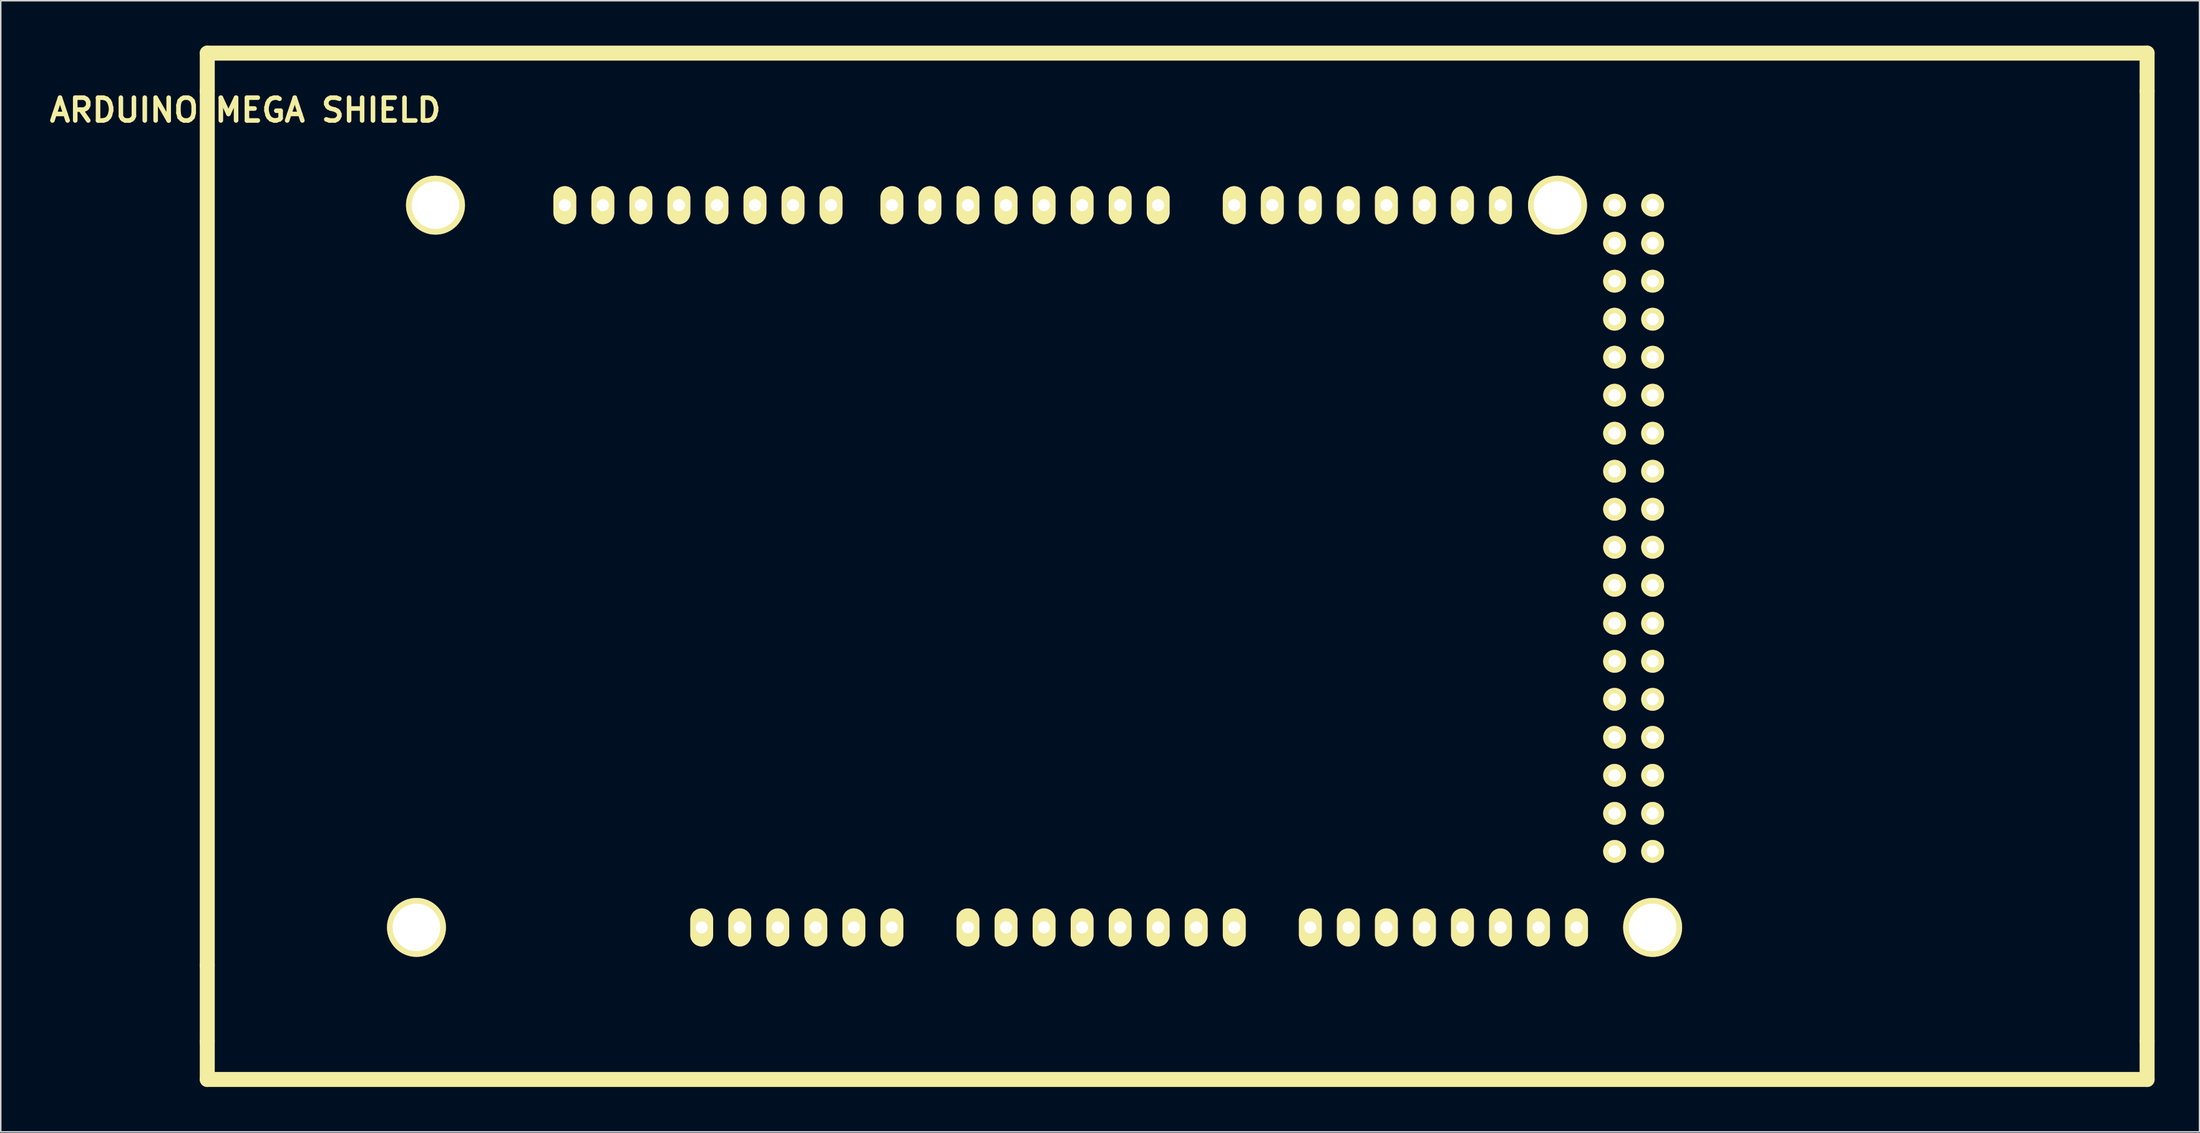
<source format=kicad_pcb>
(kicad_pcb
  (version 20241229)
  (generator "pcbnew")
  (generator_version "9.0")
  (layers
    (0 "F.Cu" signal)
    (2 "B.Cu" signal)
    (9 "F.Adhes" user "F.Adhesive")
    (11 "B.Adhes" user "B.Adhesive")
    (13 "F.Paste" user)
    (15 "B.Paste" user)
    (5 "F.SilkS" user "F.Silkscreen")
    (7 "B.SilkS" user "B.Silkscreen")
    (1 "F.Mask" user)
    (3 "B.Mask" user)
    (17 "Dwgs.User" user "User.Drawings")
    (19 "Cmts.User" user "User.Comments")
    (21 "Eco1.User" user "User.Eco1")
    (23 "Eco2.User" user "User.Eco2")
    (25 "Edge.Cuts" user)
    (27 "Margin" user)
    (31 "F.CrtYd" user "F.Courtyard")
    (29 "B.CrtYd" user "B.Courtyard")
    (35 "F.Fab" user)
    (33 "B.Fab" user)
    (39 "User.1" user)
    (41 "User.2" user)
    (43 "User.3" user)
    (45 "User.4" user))
  (footprint "ARDUINO MEGA SHIELD"
    (layer "F.Cu")
    (at 10.791 61.46)
    (property "Reference" "ARDUINO MEGA SHIELD" (at 2.54 -57.15 0) (layer "F.SilkS") (effects (font (size 1.524 1.524) (thickness 0.305))))
    (attr through_hole)
    (fp_line (start 0 -60.96) (end 129.54 -60.96) (stroke (width 1) (type solid)) (layer "F.SilkS"))
    (fp_line (start 0 -58.42) (end 0 -60.96) (stroke (width 1) (type solid)) (layer "F.SilkS"))
    (fp_line (start 0 -58.42) (end 0 0) (stroke (width 1) (type solid)) (layer "F.SilkS"))
    (fp_line (start 0 0) (end 0 -53.34) (stroke (width 0.381) (type solid)) (layer "F.SilkS"))
    (fp_line (start 0 0) (end 0 5.08) (stroke (width 1) (type solid)) (layer "F.SilkS"))
    (fp_line (start 0 7.62) (end 0 5.08) (stroke (width 1) (type solid)) (layer "F.SilkS"))
    (fp_line (start 129.54 -60.96) (end 129.54 -58.42) (stroke (width 1) (type solid)) (layer "F.SilkS"))
    (fp_line (start 129.54 5.08) (end 129.54 -58.42) (stroke (width 1) (type solid)) (layer "F.SilkS"))
    (fp_line (start 129.54 5.08) (end 129.54 7.62) (stroke (width 1) (type solid)) (layer "F.SilkS"))
    (fp_line (start 129.54 7.62) (end 0 7.62) (stroke (width 1) (type solid)) (layer "F.SilkS"))
    (pad "" thru_hole circle (at 13.97 -2.54 90) (size 3.937 3.937) (drill 3.175) (layers "*.Cu" "*.Mask" "F.SilkS"))
    (pad "" thru_hole circle (at 15.24 -50.8 90) (size 3.937 3.937) (drill 3.175) (layers "*.Cu" "*.Mask" "F.SilkS"))
    (pad "" thru_hole circle (at 90.17 -50.8 90) (size 3.937 3.937) (drill 3.175) (layers "*.Cu" "*.Mask" "F.SilkS"))
    (pad "" thru_hole circle (at 96.52 -2.54 90) (size 3.937 3.937) (drill 3.175) (layers "*.Cu" "*.Mask" "F.SilkS"))
    (pad "0" thru_hole oval (at 63.5 -50.8 90) (size 2.54 1.524) (drill 0.813) (layers "*.Cu" "*.Mask" "F.SilkS"))
    (pad "1" thru_hole oval (at 60.96 -50.8 90) (size 2.54 1.524) (drill 0.813) (layers "*.Cu" "*.Mask" "F.SilkS"))
    (pad "2" thru_hole oval (at 58.42 -50.8 90) (size 2.54 1.524) (drill 0.813) (layers "*.Cu" "*.Mask" "F.SilkS"))
    (pad "3" thru_hole oval (at 55.88 -50.8 90) (size 2.54 1.524) (drill 0.813) (layers "*.Cu" "*.Mask" "F.SilkS"))
    (pad "3V3" thru_hole oval (at 35.56 -2.54 90) (size 2.54 1.524) (drill 0.813) (layers "*.Cu" "*.Mask" "F.SilkS"))
    (pad "4" thru_hole oval (at 53.34 -50.8 90) (size 2.54 1.524) (drill 0.813) (layers "*.Cu" "*.Mask" "F.SilkS"))
    (pad "5" thru_hole oval (at 50.8 -50.8 90) (size 2.54 1.524) (drill 0.813) (layers "*.Cu" "*.Mask" "F.SilkS"))
    (pad "5V" thru_hole oval (at 38.1 -2.54 90) (size 2.54 1.524) (drill 0.813) (layers "*.Cu" "*.Mask" "F.SilkS"))
    (pad "5V_4" thru_hole circle (at 93.98 -50.8) (size 1.524 1.524) (drill 0.813) (layers "*.Cu" "*.Mask" "F.SilkS"))
    (pad "5V_5" thru_hole circle (at 96.52 -50.8) (size 1.524 1.524) (drill 0.813) (layers "*.Cu" "*.Mask" "F.SilkS"))
    (pad "6" thru_hole oval (at 48.26 -50.8 90) (size 2.54 1.524) (drill 0.813) (layers "*.Cu" "*.Mask" "F.SilkS"))
    (pad "7" thru_hole oval (at 45.72 -50.8 90) (size 2.54 1.524) (drill 0.813) (layers "*.Cu" "*.Mask" "F.SilkS"))
    (pad "8" thru_hole oval (at 41.656 -50.8 90) (size 2.54 1.524) (drill 0.813) (layers "*.Cu" "*.Mask" "F.SilkS"))
    (pad "9" thru_hole oval (at 39.116 -50.8 90) (size 2.54 1.524) (drill 0.813) (layers "*.Cu" "*.Mask" "F.SilkS"))
    (pad "10" thru_hole oval (at 36.576 -50.8 90) (size 2.54 1.524) (drill 0.813) (layers "*.Cu" "*.Mask" "F.SilkS"))
    (pad "11" thru_hole oval (at 34.036 -50.8 90) (size 2.54 1.524) (drill 0.813) (layers "*.Cu" "*.Mask" "F.SilkS"))
    (pad "12" thru_hole oval (at 31.496 -50.8 90) (size 2.54 1.524) (drill 0.813) (layers "*.Cu" "*.Mask" "F.SilkS"))
    (pad "13" thru_hole oval (at 28.956 -50.8 90) (size 2.54 1.524) (drill 0.813) (layers "*.Cu" "*.Mask" "F.SilkS"))
    (pad "14" thru_hole oval (at 68.58 -50.8 90) (size 2.54 1.524) (drill 0.813) (layers "*.Cu" "*.Mask" "F.SilkS"))
    (pad "15" thru_hole oval (at 71.12 -50.8 90) (size 2.54 1.524) (drill 0.813) (layers "*.Cu" "*.Mask" "F.SilkS"))
    (pad "16" thru_hole oval (at 73.66 -50.8 90) (size 2.54 1.524) (drill 0.813) (layers "*.Cu" "*.Mask" "F.SilkS"))
    (pad "17" thru_hole oval (at 76.2 -50.8 90) (size 2.54 1.524) (drill 0.813) (layers "*.Cu" "*.Mask" "F.SilkS"))
    (pad "18" thru_hole oval (at 78.74 -50.8 90) (size 2.54 1.524) (drill 0.813) (layers "*.Cu" "*.Mask" "F.SilkS"))
    (pad "19" thru_hole oval (at 81.28 -50.8 90) (size 2.54 1.524) (drill 0.813) (layers "*.Cu" "*.Mask" "F.SilkS"))
    (pad "20" thru_hole oval (at 83.82 -50.8 90) (size 2.54 1.524) (drill 0.813) (layers "*.Cu" "*.Mask" "F.SilkS"))
    (pad "21" thru_hole oval (at 86.36 -50.8 90) (size 2.54 1.524) (drill 0.813) (layers "*.Cu" "*.Mask" "F.SilkS"))
    (pad "22" thru_hole circle (at 93.98 -48.26) (size 1.524 1.524) (drill 0.813) (layers "*.Cu" "*.Mask" "F.SilkS"))
    (pad "23" thru_hole circle (at 96.52 -48.26) (size 1.524 1.524) (drill 0.813) (layers "*.Cu" "*.Mask" "F.SilkS"))
    (pad "24" thru_hole circle (at 93.98 -45.72) (size 1.524 1.524) (drill 0.813) (layers "*.Cu" "*.Mask" "F.SilkS"))
    (pad "25" thru_hole circle (at 96.52 -45.72) (size 1.524 1.524) (drill 0.813) (layers "*.Cu" "*.Mask" "F.SilkS"))
    (pad "26" thru_hole circle (at 93.98 -43.18) (size 1.524 1.524) (drill 0.813) (layers "*.Cu" "*.Mask" "F.SilkS"))
    (pad "27" thru_hole circle (at 96.52 -43.18) (size 1.524 1.524) (drill 0.813) (layers "*.Cu" "*.Mask" "F.SilkS"))
    (pad "28" thru_hole circle (at 93.98 -40.64) (size 1.524 1.524) (drill 0.813) (layers "*.Cu" "*.Mask" "F.SilkS"))
    (pad "29" thru_hole circle (at 96.52 -40.64) (size 1.524 1.524) (drill 0.813) (layers "*.Cu" "*.Mask" "F.SilkS"))
    (pad "30" thru_hole circle (at 93.98 -38.1) (size 1.524 1.524) (drill 0.813) (layers "*.Cu" "*.Mask" "F.SilkS"))
    (pad "31" thru_hole circle (at 96.52 -38.1) (size 1.524 1.524) (drill 0.813) (layers "*.Cu" "*.Mask" "F.SilkS"))
    (pad "32" thru_hole circle (at 93.98 -35.56) (size 1.524 1.524) (drill 0.813) (layers "*.Cu" "*.Mask" "F.SilkS"))
    (pad "33" thru_hole circle (at 96.52 -35.56) (size 1.524 1.524) (drill 0.813) (layers "*.Cu" "*.Mask" "F.SilkS"))
    (pad "34" thru_hole circle (at 93.98 -33.02) (size 1.524 1.524) (drill 0.813) (layers "*.Cu" "*.Mask" "F.SilkS"))
    (pad "35" thru_hole circle (at 96.52 -33.02) (size 1.524 1.524) (drill 0.813) (layers "*.Cu" "*.Mask" "F.SilkS"))
    (pad "36" thru_hole circle (at 93.98 -30.48) (size 1.524 1.524) (drill 0.813) (layers "*.Cu" "*.Mask" "F.SilkS"))
    (pad "37" thru_hole circle (at 96.52 -30.48) (size 1.524 1.524) (drill 0.813) (layers "*.Cu" "*.Mask" "F.SilkS"))
    (pad "38" thru_hole circle (at 93.98 -27.94) (size 1.524 1.524) (drill 0.813) (layers "*.Cu" "*.Mask" "F.SilkS"))
    (pad "39" thru_hole circle (at 96.52 -27.94) (size 1.524 1.524) (drill 0.813) (layers "*.Cu" "*.Mask" "F.SilkS"))
    (pad "40" thru_hole circle (at 93.98 -25.4) (size 1.524 1.524) (drill 0.813) (layers "*.Cu" "*.Mask" "F.SilkS"))
    (pad "41" thru_hole circle (at 96.52 -25.4) (size 1.524 1.524) (drill 0.813) (layers "*.Cu" "*.Mask" "F.SilkS"))
    (pad "42" thru_hole circle (at 93.98 -22.86) (size 1.524 1.524) (drill 0.813) (layers "*.Cu" "*.Mask" "F.SilkS"))
    (pad "43" thru_hole circle (at 96.52 -22.86) (size 1.524 1.524) (drill 0.813) (layers "*.Cu" "*.Mask" "F.SilkS"))
    (pad "44" thru_hole circle (at 93.98 -20.32) (size 1.524 1.524) (drill 0.813) (layers "*.Cu" "*.Mask" "F.SilkS"))
    (pad "45" thru_hole circle (at 96.52 -20.32) (size 1.524 1.524) (drill 0.813) (layers "*.Cu" "*.Mask" "F.SilkS"))
    (pad "46" thru_hole circle (at 93.98 -17.78) (size 1.524 1.524) (drill 0.813) (layers "*.Cu" "*.Mask" "F.SilkS"))
    (pad "47" thru_hole circle (at 96.52 -17.78) (size 1.524 1.524) (drill 0.813) (layers "*.Cu" "*.Mask" "F.SilkS"))
    (pad "48" thru_hole circle (at 93.98 -15.24) (size 1.524 1.524) (drill 0.813) (layers "*.Cu" "*.Mask" "F.SilkS"))
    (pad "49" thru_hole circle (at 96.52 -15.24) (size 1.524 1.524) (drill 0.813) (layers "*.Cu" "*.Mask" "F.SilkS"))
    (pad "50" thru_hole circle (at 93.98 -12.7) (size 1.524 1.524) (drill 0.813) (layers "*.Cu" "*.Mask" "F.SilkS"))
    (pad "51" thru_hole circle (at 96.52 -12.7) (size 1.524 1.524) (drill 0.813) (layers "*.Cu" "*.Mask" "F.SilkS"))
    (pad "52" thru_hole circle (at 93.98 -10.16) (size 1.524 1.524) (drill 0.813) (layers "*.Cu" "*.Mask" "F.SilkS"))
    (pad "53" thru_hole circle (at 96.52 -10.16) (size 1.524 1.524) (drill 0.813) (layers "*.Cu" "*.Mask" "F.SilkS"))
    (pad "AD0" thru_hole oval (at 50.8 -2.54 90) (size 2.54 1.524) (drill 0.813) (layers "*.Cu" "*.Mask" "F.SilkS"))
    (pad "AD1" thru_hole oval (at 53.34 -2.54 90) (size 2.54 1.524) (drill 0.813) (layers "*.Cu" "*.Mask" "F.SilkS"))
    (pad "AD2" thru_hole oval (at 55.88 -2.54 90) (size 2.54 1.524) (drill 0.813) (layers "*.Cu" "*.Mask" "F.SilkS"))
    (pad "AD3" thru_hole oval (at 58.42 -2.54 90) (size 2.54 1.524) (drill 0.813) (layers "*.Cu" "*.Mask" "F.SilkS"))
    (pad "AD4" thru_hole oval (at 60.96 -2.54 90) (size 2.54 1.524) (drill 0.813) (layers "*.Cu" "*.Mask" "F.SilkS"))
    (pad "AD5" thru_hole oval (at 63.5 -2.54 90) (size 2.54 1.524) (drill 0.813) (layers "*.Cu" "*.Mask" "F.SilkS"))
    (pad "AD6" thru_hole oval (at 66.04 -2.54 90) (size 2.54 1.524) (drill 0.813) (layers "*.Cu" "*.Mask" "F.SilkS"))
    (pad "AD7" thru_hole oval (at 68.58 -2.54 90) (size 2.54 1.524) (drill 0.813) (layers "*.Cu" "*.Mask" "F.SilkS"))
    (pad "AD8" thru_hole oval (at 73.66 -2.54 90) (size 2.54 1.524) (drill 0.813) (layers "*.Cu" "*.Mask" "F.SilkS"))
    (pad "AD9" thru_hole oval (at 76.2 -2.54 90) (size 2.54 1.524) (drill 0.813) (layers "*.Cu" "*.Mask" "F.SilkS"))
    (pad "AD10" thru_hole oval (at 78.74 -2.54 90) (size 2.54 1.524) (drill 0.813) (layers "*.Cu" "*.Mask" "F.SilkS"))
    (pad "AD11" thru_hole oval (at 81.28 -2.54 90) (size 2.54 1.524) (drill 0.813) (layers "*.Cu" "*.Mask" "F.SilkS"))
    (pad "AD12" thru_hole oval (at 83.82 -2.54 90) (size 2.54 1.524) (drill 0.813) (layers "*.Cu" "*.Mask" "F.SilkS"))
    (pad "AD13" thru_hole oval (at 86.36 -2.54 90) (size 2.54 1.524) (drill 0.813) (layers "*.Cu" "*.Mask" "F.SilkS"))
    (pad "AD14" thru_hole oval (at 88.9 -2.54 90) (size 2.54 1.524) (drill 0.813) (layers "*.Cu" "*.Mask" "F.SilkS"))
    (pad "AD15" thru_hole oval (at 91.44 -2.54 90) (size 2.54 1.524) (drill 0.813) (layers "*.Cu" "*.Mask" "F.SilkS"))
    (pad "AREF" thru_hole oval (at 23.876 -50.8 90) (size 2.54 1.524) (drill 0.813) (layers "*.Cu" "*.Mask" "F.SilkS"))
    (pad "GND1" thru_hole oval (at 40.64 -2.54 90) (size 2.54 1.524) (drill 0.813) (layers "*.Cu" "*.Mask" "F.SilkS"))
    (pad "GND2" thru_hole oval (at 43.18 -2.54 90) (size 2.54 1.524) (drill 0.813) (layers "*.Cu" "*.Mask" "F.SilkS"))
    (pad "GND3" thru_hole oval (at 26.416 -50.8 90) (size 2.54 1.524) (drill 0.813) (layers "*.Cu" "*.Mask" "F.SilkS"))
    (pad "GND4" thru_hole circle (at 93.98 -7.62) (size 1.524 1.524) (drill 0.813) (layers "*.Cu" "*.Mask" "F.SilkS"))
    (pad "GND5" thru_hole circle (at 96.52 -7.62) (size 1.524 1.524) (drill 0.813) (layers "*.Cu" "*.Mask" "F.SilkS"))
    (pad "RST" thru_hole oval (at 33.02 -2.54 90) (size 2.54 1.524) (drill 0.813) (layers "*.Cu" "*.Mask" "F.SilkS"))
    (pad "V_IN" thru_hole oval (at 45.72 -2.54 90) (size 2.54 1.524) (drill 0.813) (layers "*.Cu" "*.Mask" "F.SilkS")))
  (gr_rect
    (start -3 -3)
    (end 143.831 72.58)
    (stroke (width 0.1) (type default))
    (fill no)
    (layer "Edge.Cuts")))
</source>
